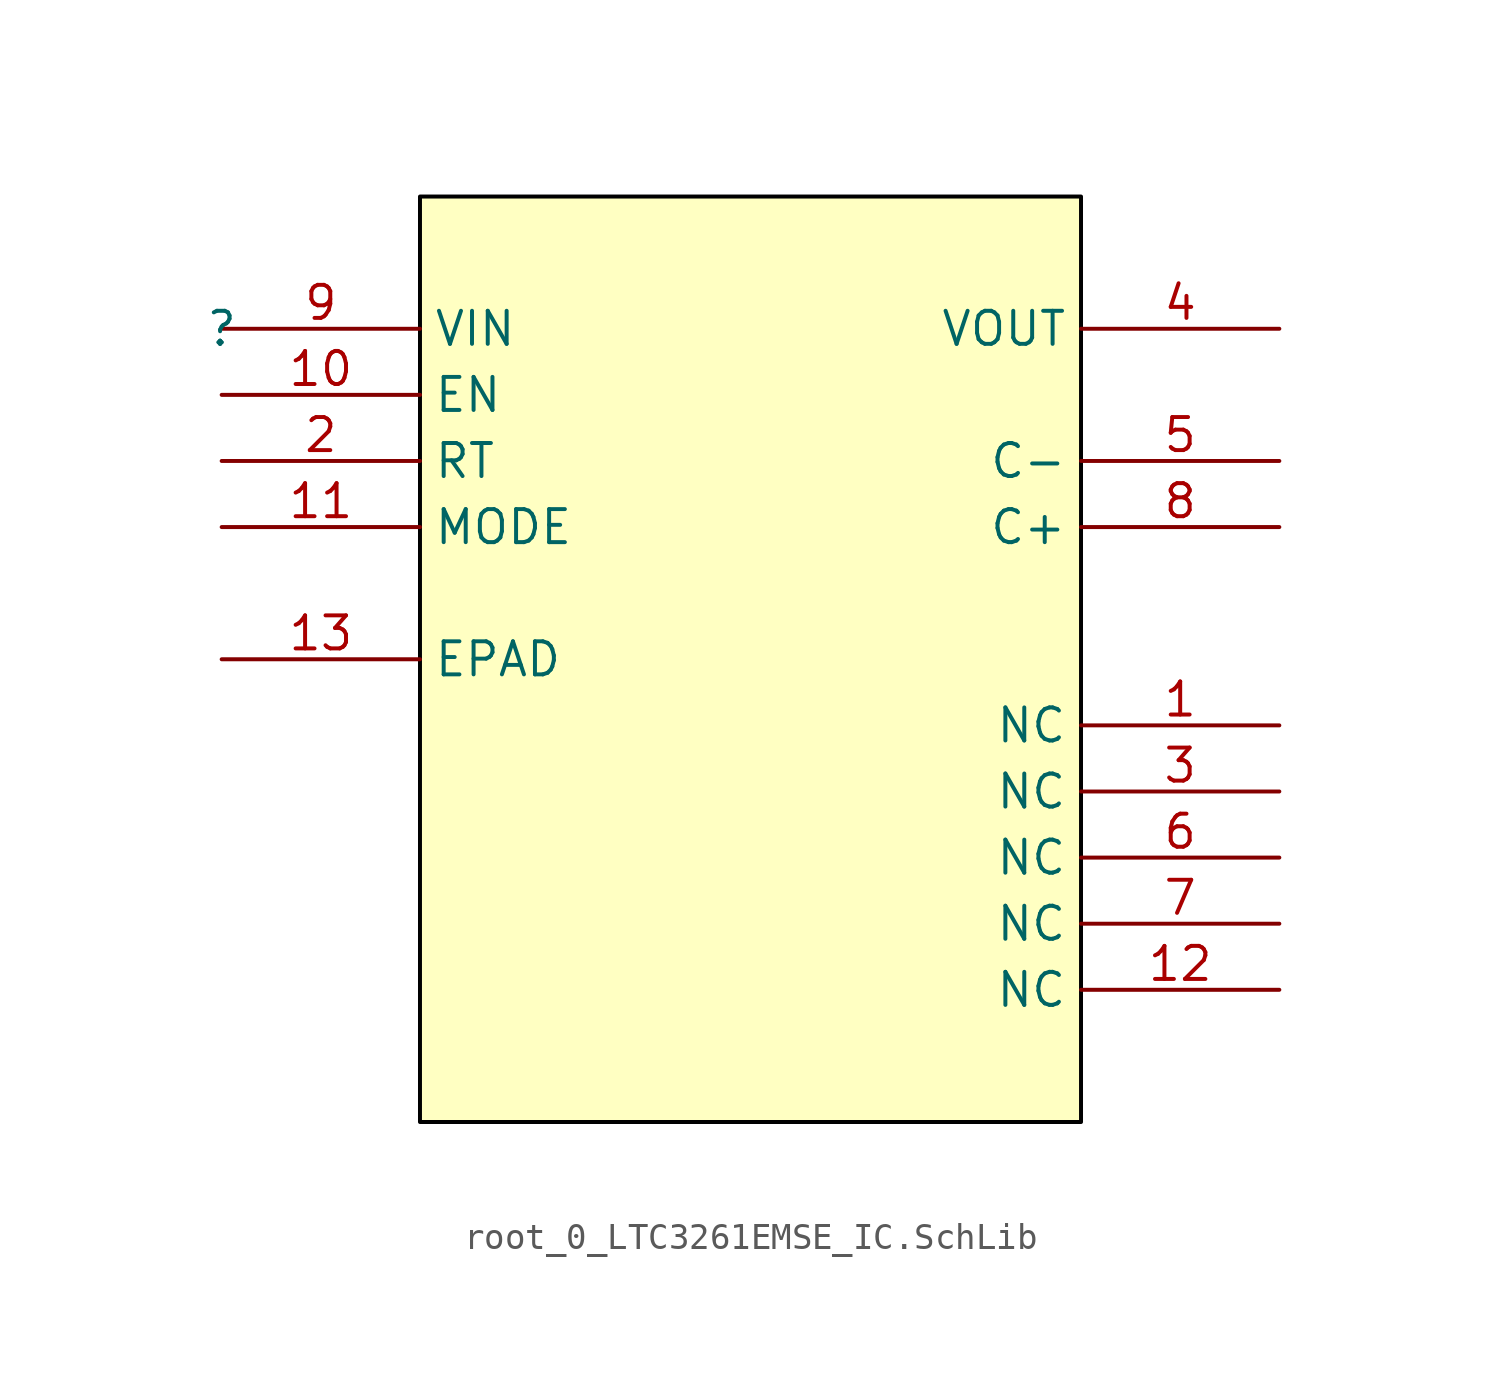
<source format=kicad_sym>
(kicad_symbol_lib
  (version 20241209)
  (generator "kicad_symbol_editor")
  (generator_version "9.0")
  (symbol "root_0_LTC3261EMSE_IC.SchLib"
    (property "Reference" ""
      (at 0 0 0)
      (effects (font (size 1.27 1.27))))
    (property "Value" ""
      (at 0 0 0)
      (effects (font (size 1.27 1.27))))
    (symbol "root_0_LTC3261EMSE_IC.SchLib_1_0"
      (rectangle (start 33.02 5.08) (end 7.62 -30.48) (stroke (width 0) (type solid) (color 0 0 0 1)) (fill (type background)))
      (pin input line (at 0 0 0) (length 7.62) (name "VIN" (effects (font (size 1.27 1.27)))) (number "9" (effects (font (size 1.27 1.27)))))
      (pin input line (at 0 -2.54 0) (length 7.62) (name "EN" (effects (font (size 1.27 1.27)))) (number "10" (effects (font (size 1.27 1.27)))))
      (pin input line (at 0 -5.08 0) (length 7.62) (name "RT" (effects (font (size 1.27 1.27)))) (number "2" (effects (font (size 1.27 1.27)))))
      (pin input line (at 0 -7.62 0) (length 7.62) (name "MODE" (effects (font (size 1.27 1.27)))) (number "11" (effects (font (size 1.27 1.27)))))
      (pin passive line (at 0 -12.7 0) (length 7.62) (name "EPAD" (effects (font (size 1.27 1.27)))) (number "13" (effects (font (size 1.27 1.27)))))
      (pin output line (at 40.64 0 180) (length 7.62) (name "VOUT" (effects (font (size 1.27 1.27)))) (number "4" (effects (font (size 1.27 1.27)))))
      (pin passive line (at 40.64 -5.08 180) (length 7.62) (name "C-" (effects (font (size 1.27 1.27)))) (number "5" (effects (font (size 1.27 1.27)))))
      (pin passive line (at 40.64 -7.62 180) (length 7.62) (name "C+" (effects (font (size 1.27 1.27)))) (number "8" (effects (font (size 1.27 1.27)))))
      (pin passive line (at 40.64 -15.24 180) (length 7.62) (name "NC" (effects (font (size 1.27 1.27)))) (number "1" (effects (font (size 1.27 1.27)))))
      (pin passive line (at 40.64 -17.78 180) (length 7.62) (name "NC" (effects (font (size 1.27 1.27)))) (number "3" (effects (font (size 1.27 1.27)))))
      (pin passive line (at 40.64 -20.32 180) (length 7.62) (name "NC" (effects (font (size 1.27 1.27)))) (number "6" (effects (font (size 1.27 1.27)))))
      (pin passive line (at 40.64 -22.86 180) (length 7.62) (name "NC" (effects (font (size 1.27 1.27)))) (number "7" (effects (font (size 1.27 1.27)))))
      (pin passive line (at 40.64 -25.4 180) (length 7.62) (name "NC" (effects (font (size 1.27 1.27)))) (number "12" (effects (font (size 1.27 1.27))))))))
</source>
